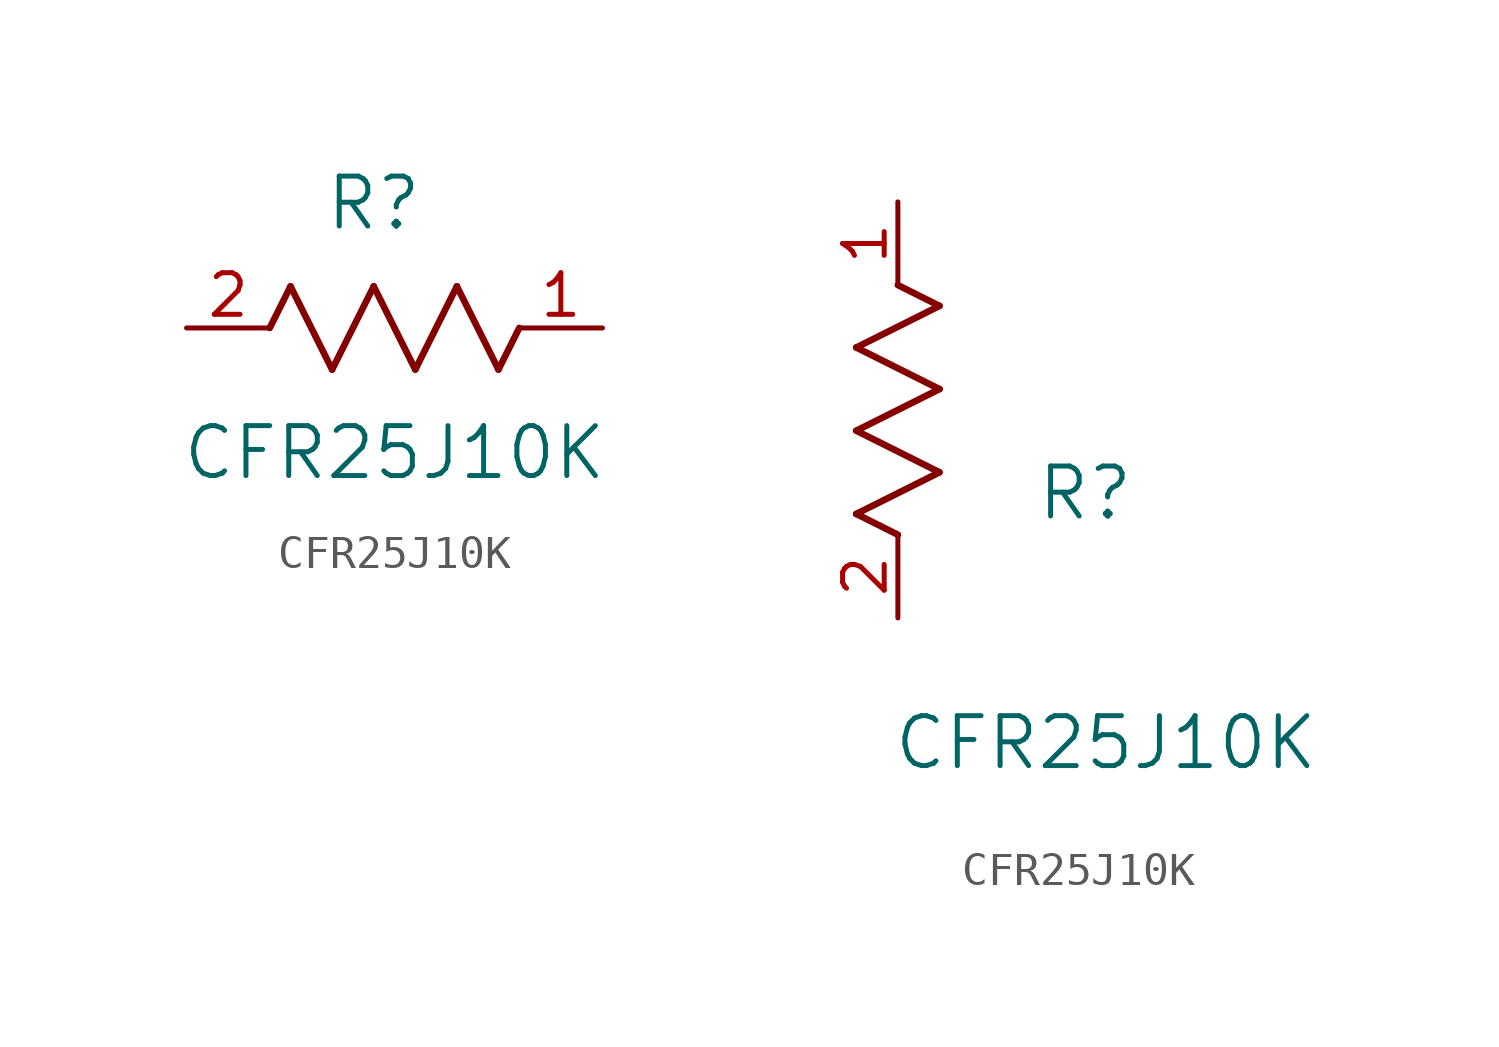
<source format=kicad_sym>
(kicad_symbol_lib
  (version 20211014)
  (generator kicad_symbol_editor)
  (symbol "CFR25J10K"
    (pin_names
      (offset 0.254))
    (property "Reference" "R"
      (at 5.715 3.81 0)
      (effects (font (size 1.524 1.524))))
    (property "Value" "CFR25J10K"
      (at 6.35 -3.81 0)
      (effects (font (size 1.524 1.524))))
    (symbol "CFR25J10K_1_1"
      (polyline (pts (xy 3.175 1.27) (xy 4.445 -1.27)) (stroke (width 0.203) (type default) (color 0 0 0 0)) (fill (type none)))
      (polyline (pts (xy 4.445 -1.27) (xy 5.715 1.27)) (stroke (width 0.203) (type default) (color 0 0 0 0)) (fill (type none)))
      (polyline (pts (xy 5.715 1.27) (xy 6.985 -1.27)) (stroke (width 0.203) (type default) (color 0 0 0 0)) (fill (type none)))
      (polyline (pts (xy 6.985 -1.27) (xy 8.255 1.27)) (stroke (width 0.203) (type default) (color 0 0 0 0)) (fill (type none)))
      (polyline (pts (xy 8.255 1.27) (xy 9.525 -1.27)) (stroke (width 0.203) (type default) (color 0 0 0 0)) (fill (type none)))
      (polyline (pts (xy 2.54 0) (xy 3.175 1.27)) (stroke (width 0.203) (type default) (color 0 0 0 0)) (fill (type none)))
      (polyline (pts (xy 9.525 -1.27) (xy 10.16 0)) (stroke (width 0.203) (type default) (color 0 0 0 0)) (fill (type none)))
      (pin unspecified line (at 0 0 0) (length 2.54) (name "" (effects (font (size 1.27 1.27)))) (number "2" (effects (font (size 1.27 1.27)))))
      (pin unspecified line (at 12.7 0 180) (length 2.54) (name "" (effects (font (size 1.27 1.27)))) (number "1" (effects (font (size 1.27 1.27))))))
    (symbol "CFR25J10K_1_2"
      (polyline (pts (xy 0 2.54) (xy -1.27 3.175)) (stroke (width 0.203) (type default) (color 0 0 0 0)) (fill (type none)))
      (polyline (pts (xy -1.27 3.175) (xy 1.27 4.445)) (stroke (width 0.203) (type default) (color 0 0 0 0)) (fill (type none)))
      (polyline (pts (xy 1.27 4.445) (xy -1.27 5.715)) (stroke (width 0.203) (type default) (color 0 0 0 0)) (fill (type none)))
      (polyline (pts (xy -1.27 5.715) (xy 1.27 6.985)) (stroke (width 0.203) (type default) (color 0 0 0 0)) (fill (type none)))
      (polyline (pts (xy -1.27 8.255) (xy 1.27 9.525)) (stroke (width 0.203) (type default) (color 0 0 0 0)) (fill (type none)))
      (polyline (pts (xy 1.27 9.525) (xy 0 10.16)) (stroke (width 0.203) (type default) (color 0 0 0 0)) (fill (type none)))
      (polyline (pts (xy 1.27 6.985) (xy -1.27 8.255)) (stroke (width 0.203) (type default) (color 0 0 0 0)) (fill (type none)))
      (pin unspecified line (at 0 0 90) (length 2.54) (name "" (effects (font (size 1.27 1.27)))) (number "2" (effects (font (size 1.27 1.27)))))
      (pin unspecified line (at 0 12.7 270) (length 2.54) (name "" (effects (font (size 1.27 1.27)))) (number "1" (effects (font (size 1.27 1.27))))))))
</source>
